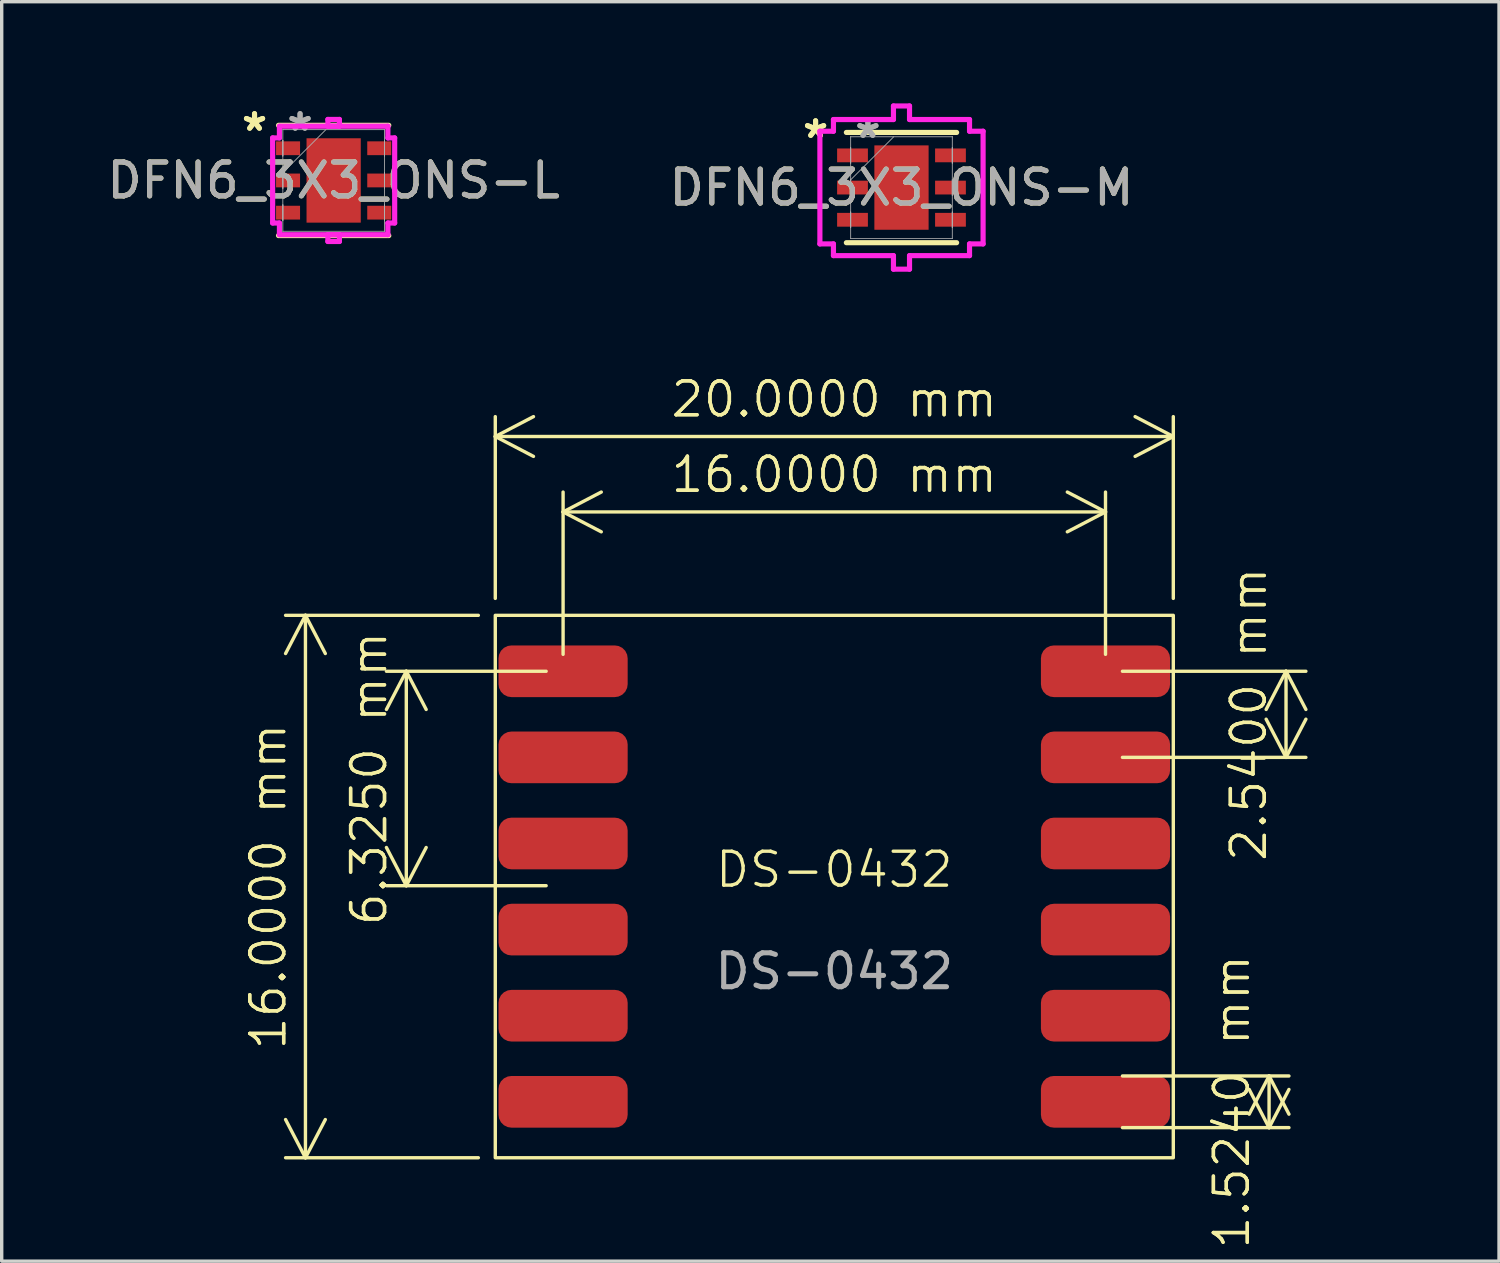
<source format=kicad_pcb>
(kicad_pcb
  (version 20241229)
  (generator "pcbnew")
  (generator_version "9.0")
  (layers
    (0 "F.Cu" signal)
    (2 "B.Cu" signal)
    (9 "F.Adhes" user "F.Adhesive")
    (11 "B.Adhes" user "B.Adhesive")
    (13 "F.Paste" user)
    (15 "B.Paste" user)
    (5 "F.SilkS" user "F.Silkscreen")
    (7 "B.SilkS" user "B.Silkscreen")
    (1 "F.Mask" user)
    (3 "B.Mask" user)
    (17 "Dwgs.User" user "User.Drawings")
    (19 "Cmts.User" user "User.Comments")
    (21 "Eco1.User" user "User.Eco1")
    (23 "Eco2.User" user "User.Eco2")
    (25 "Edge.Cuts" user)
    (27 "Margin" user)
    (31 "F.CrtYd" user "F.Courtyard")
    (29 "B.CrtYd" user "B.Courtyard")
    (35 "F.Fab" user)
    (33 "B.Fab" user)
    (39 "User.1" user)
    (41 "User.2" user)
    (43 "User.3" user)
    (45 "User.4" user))
  (footprint "DS-0432"
    (layer "F.Cu")
    (at 21.56 23.101)
    (property "Reference" "DS-0432" (at 0 -0.5 0) (unlocked yes) (layer "F.SilkS") (effects (font (size 1 1) (thickness 0.1))))
    (attr smd)
    (fp_rect (start -10 8) (end 10 -8) (stroke (width 0.1) (type default)) (fill no) (layer "F.SilkS"))
    (fp_text user "${REFERENCE}" (at 0 2.5 0) (unlocked yes) (layer "F.Fab") (effects (font (size 1 1) (thickness 0.15))))
    (dimension (type aligned) (layer "F.SilkS") (pts (xy 13.56 16.751) (xy 13.56 23.076)) (height 4.625) (format (prefix "") (suffix "") (units 3) (units_format 1) (precision 4)) (style (thickness 0.1) (arrow_length 1.27) (text_position_mode 0) (arrow_direction outward) (extension_height 0.586) (extension_offset 0.5) (keep_text_aligned yes)) (gr_text "6.3250 mm" (at 7.835 19.914 90) (layer "F.SilkS") (effects (font (size 1 1) (thickness 0.1)))))
    (dimension (type aligned) (layer "F.SilkS") (pts (xy 29.56 16.751) (xy 29.56 19.291)) (height -5.325) (format (prefix "") (suffix "") (units 3) (units_format 1) (precision 4)) (style (thickness 0.1) (arrow_length 1.27) (text_position_mode 0) (arrow_direction outward) (extension_height 0.586) (extension_offset 0.5) (keep_text_aligned yes)) (gr_text "2.5400 mm" (at 33.785 18.021 90) (layer "F.SilkS") (effects (font (size 1 1) (thickness 0.1)))))
    (dimension (type aligned) (layer "F.SilkS") (pts (xy 13.56 16.751) (xy 29.56 16.751)) (height -4.7) (format (prefix "") (suffix "") (units 3) (units_format 1) (precision 4)) (style (thickness 0.1) (arrow_length 1.27) (text_position_mode 0) (arrow_direction outward) (extension_height 0.586) (extension_offset 0.5) (keep_text_aligned yes)) (gr_text "16.0000 mm" (at 21.56 10.951 0) (layer "F.SilkS") (effects (font (size 1 1) (thickness 0.1)))))
    (dimension (type aligned) (layer "F.SilkS") (pts (xy 11.56 15.101) (xy 11.56 31.101)) (height 5.6) (format (prefix "") (suffix "") (units 3) (units_format 1) (precision 4)) (style (thickness 0.1) (arrow_length 1.27) (text_position_mode 0) (arrow_direction outward) (extension_height 0.586) (extension_offset 0.5) (keep_text_aligned yes)) (gr_text "16.0000 mm" (at 4.86 23.101 90) (layer "F.SilkS") (effects (font (size 1 1) (thickness 0.1)))))
    (dimension (type aligned) (layer "F.SilkS") (pts (xy 11.56 15.101) (xy 31.56 15.101)) (height -5.275) (format (prefix "") (suffix "") (units 3) (units_format 1) (precision 4)) (style (thickness 0.1) (arrow_length 1.27) (text_position_mode 0) (arrow_direction outward) (extension_height 0.586) (extension_offset 0.5) (keep_text_aligned yes)) (gr_text "20.0000 mm" (at 21.56 8.726 0) (layer "F.SilkS") (effects (font (size 1 1) (thickness 0.1)))))
    (dimension (type aligned) (layer "F.SilkS") (pts (xy 29.56 28.689) (xy 29.56 30.213)) (height -4.825) (format (prefix "") (suffix "") (units 3) (units_format 1) (precision 4)) (style (thickness 0.1) (arrow_length 1.27) (text_position_mode 0) (arrow_direction outward) (extension_height 0.586) (extension_offset 0.5) (keep_text_aligned yes)) (gr_text "1.5240 mm" (at 33.285 29.451 90) (layer "F.SilkS") (effects (font (size 1 1) (thickness 0.1)))))
    (pad "1" smd roundrect (at -8 -6.35) (size 3.81 1.524) (layers "F.Cu" "F.Mask" "F.Paste") (roundrect_rratio 0.25))
    (pad "2" smd roundrect (at -8 -3.81) (size 3.81 1.524) (layers "F.Cu" "F.Mask" "F.Paste") (roundrect_rratio 0.25))
    (pad "3" smd roundrect (at -8 -1.27) (size 3.81 1.524) (layers "F.Cu" "F.Mask" "F.Paste") (roundrect_rratio 0.25))
    (pad "4" smd roundrect (at -8 1.27) (size 3.81 1.524) (layers "F.Cu" "F.Mask" "F.Paste") (roundrect_rratio 0.25))
    (pad "5" smd roundrect (at -8 3.81) (size 3.81 1.524) (layers "F.Cu" "F.Mask" "F.Paste") (roundrect_rratio 0.25))
    (pad "6" smd roundrect (at -8 6.35) (size 3.81 1.524) (layers "F.Cu" "F.Mask" "F.Paste") (roundrect_rratio 0.25))
    (pad "7" smd roundrect (at 8 6.35) (size 3.81 1.524) (layers "F.Cu" "F.Mask" "F.Paste") (roundrect_rratio 0.25))
    (pad "8" smd roundrect (at 8 3.81) (size 3.81 1.524) (layers "F.Cu" "F.Mask" "F.Paste") (roundrect_rratio 0.25))
    (pad "9" smd roundrect (at 8 1.27) (size 3.81 1.524) (layers "F.Cu" "F.Mask" "F.Paste") (roundrect_rratio 0.25))
    (pad "10" smd roundrect (at 8 -1.27) (size 3.81 1.524) (layers "F.Cu" "F.Mask" "F.Paste") (roundrect_rratio 0.25))
    (pad "11" smd roundrect (at 8 -3.81) (size 3.81 1.524) (layers "F.Cu" "F.Mask" "F.Paste") (roundrect_rratio 0.25))
    (pad "12" smd roundrect (at 8 -6.35) (size 3.81 1.524) (layers "F.Cu" "F.Mask" "F.Paste") (roundrect_rratio 0.25)))
  (footprint "DFN6_3X3_ONS-L"
    (layer "F.Cu")
    (at 6.792 2.273)
    (property "Reference" "DFN6_3X3_ONS-L" (at 0 0 0) (unlocked yes) (layer "F.SilkS") (effects (font (size 1 1) (thickness 0.15))))
    (attr smd)
    (fp_line (start -1.626 1.626) (end 1.626 1.626) (stroke (width 0.152) (type solid)) (layer "F.SilkS"))
    (fp_line (start 1.626 -1.626) (end -1.626 -1.626) (stroke (width 0.152) (type solid)) (layer "F.SilkS"))
    (fp_line (start -1.8 -1.255) (end -1.6 -1.255) (stroke (width 0.152) (type solid)) (layer "F.CrtYd"))
    (fp_line (start -1.8 1.255) (end -1.8 -1.255) (stroke (width 0.152) (type solid)) (layer "F.CrtYd"))
    (fp_line (start -1.6 -1.6) (end 0.17 -1.6) (stroke (width 0.152) (type solid)) (layer "F.CrtYd"))
    (fp_line (start -1.6 -1.255) (end -1.6 -1.6) (stroke (width 0.152) (type solid)) (layer "F.CrtYd"))
    (fp_line (start -1.6 1.255) (end -1.8 1.255) (stroke (width 0.152) (type solid)) (layer "F.CrtYd"))
    (fp_line (start -1.6 1.6) (end -1.6 1.255) (stroke (width 0.152) (type solid)) (layer "F.CrtYd"))
    (fp_line (start -0.17 -1.8) (end -0.17 -1.6) (stroke (width 0.152) (type solid)) (layer "F.CrtYd"))
    (fp_line (start -0.17 -1.6) (end 1.6 -1.6) (stroke (width 0.152) (type solid)) (layer "F.CrtYd"))
    (fp_line (start -0.17 1.6) (end -0.17 1.8) (stroke (width 0.152) (type solid)) (layer "F.CrtYd"))
    (fp_line (start -0.17 1.8) (end 0.17 1.8) (stroke (width 0.152) (type solid)) (layer "F.CrtYd"))
    (fp_line (start 0.17 -1.8) (end -0.17 -1.8) (stroke (width 0.152) (type solid)) (layer "F.CrtYd"))
    (fp_line (start 0.17 -1.6) (end 0.17 -1.8) (stroke (width 0.152) (type solid)) (layer "F.CrtYd"))
    (fp_line (start 0.17 1.6) (end -1.6 1.6) (stroke (width 0.152) (type solid)) (layer "F.CrtYd"))
    (fp_line (start 0.17 1.8) (end 0.17 1.6) (stroke (width 0.152) (type solid)) (layer "F.CrtYd"))
    (fp_line (start 1.6 -1.6) (end 1.6 -1.255) (stroke (width 0.152) (type solid)) (layer "F.CrtYd"))
    (fp_line (start 1.6 -1.255) (end 1.8 -1.255) (stroke (width 0.152) (type solid)) (layer "F.CrtYd"))
    (fp_line (start 1.6 1.255) (end 1.6 1.6) (stroke (width 0.152) (type solid)) (layer "F.CrtYd"))
    (fp_line (start 1.6 1.6) (end -0.17 1.6) (stroke (width 0.152) (type solid)) (layer "F.CrtYd"))
    (fp_line (start 1.8 -1.255) (end 1.8 1.255) (stroke (width 0.152) (type solid)) (layer "F.CrtYd"))
    (fp_line (start 1.8 1.255) (end 1.6 1.255) (stroke (width 0.152) (type solid)) (layer "F.CrtYd"))
    (fp_line (start -1.499 -1.499) (end -1.499 -1.499) (stroke (width 0.025) (type solid)) (layer "F.Fab"))
    (fp_line (start -1.499 -1.499) (end -1.499 1.499) (stroke (width 0.025) (type solid)) (layer "F.Fab"))
    (fp_line (start -1.499 -1.179) (end -1.499 -1.179) (stroke (width 0.025) (type solid)) (layer "F.Fab"))
    (fp_line (start -1.499 -1.179) (end -1.499 -0.721) (stroke (width 0.025) (type solid)) (layer "F.Fab"))
    (fp_line (start -1.499 -0.721) (end -1.499 -1.179) (stroke (width 0.025) (type solid)) (layer "F.Fab"))
    (fp_line (start -1.499 -0.721) (end -1.499 -0.721) (stroke (width 0.025) (type solid)) (layer "F.Fab"))
    (fp_line (start -1.499 -0.229) (end -1.499 -0.229) (stroke (width 0.025) (type solid)) (layer "F.Fab"))
    (fp_line (start -1.499 -0.229) (end -1.499 0.229) (stroke (width 0.025) (type solid)) (layer "F.Fab"))
    (fp_line (start -1.499 -0.229) (end -0.229 -1.499) (stroke (width 0.025) (type solid)) (layer "F.Fab"))
    (fp_line (start -1.499 0.229) (end -1.499 -0.229) (stroke (width 0.025) (type solid)) (layer "F.Fab"))
    (fp_line (start -1.499 0.229) (end -1.499 0.229) (stroke (width 0.025) (type solid)) (layer "F.Fab"))
    (fp_line (start -1.499 0.721) (end -1.499 0.721) (stroke (width 0.025) (type solid)) (layer "F.Fab"))
    (fp_line (start -1.499 0.721) (end -1.499 1.179) (stroke (width 0.025) (type solid)) (layer "F.Fab"))
    (fp_line (start -1.499 1.179) (end -1.499 0.721) (stroke (width 0.025) (type solid)) (layer "F.Fab"))
    (fp_line (start -1.499 1.179) (end -1.499 1.179) (stroke (width 0.025) (type solid)) (layer "F.Fab"))
    (fp_line (start -1.499 1.499) (end -1.499 1.499) (stroke (width 0.025) (type solid)) (layer "F.Fab"))
    (fp_line (start -1.499 1.499) (end 1.499 1.499) (stroke (width 0.025) (type solid)) (layer "F.Fab"))
    (fp_line (start 1.499 -1.499) (end -1.499 -1.499) (stroke (width 0.025) (type solid)) (layer "F.Fab"))
    (fp_line (start 1.499 -1.499) (end 1.499 -1.499) (stroke (width 0.025) (type solid)) (layer "F.Fab"))
    (fp_line (start 1.499 -1.179) (end 1.499 -1.179) (stroke (width 0.025) (type solid)) (layer "F.Fab"))
    (fp_line (start 1.499 -1.179) (end 1.499 -0.721) (stroke (width 0.025) (type solid)) (layer "F.Fab"))
    (fp_line (start 1.499 -0.721) (end 1.499 -1.179) (stroke (width 0.025) (type solid)) (layer "F.Fab"))
    (fp_line (start 1.499 -0.721) (end 1.499 -0.721) (stroke (width 0.025) (type solid)) (layer "F.Fab"))
    (fp_line (start 1.499 -0.229) (end 1.499 -0.229) (stroke (width 0.025) (type solid)) (layer "F.Fab"))
    (fp_line (start 1.499 -0.229) (end 1.499 0.229) (stroke (width 0.025) (type solid)) (layer "F.Fab"))
    (fp_line (start 1.499 0.229) (end 1.499 -0.229) (stroke (width 0.025) (type solid)) (layer "F.Fab"))
    (fp_line (start 1.499 0.229) (end 1.499 0.229) (stroke (width 0.025) (type solid)) (layer "F.Fab"))
    (fp_line (start 1.499 0.721) (end 1.499 0.721) (stroke (width 0.025) (type solid)) (layer "F.Fab"))
    (fp_line (start 1.499 0.721) (end 1.499 1.179) (stroke (width 0.025) (type solid)) (layer "F.Fab"))
    (fp_line (start 1.499 1.179) (end 1.499 0.721) (stroke (width 0.025) (type solid)) (layer "F.Fab"))
    (fp_line (start 1.499 1.179) (end 1.499 1.179) (stroke (width 0.025) (type solid)) (layer "F.Fab"))
    (fp_line (start 1.499 1.499) (end 1.499 -1.499) (stroke (width 0.025) (type solid)) (layer "F.Fab"))
    (fp_line (start 1.499 1.499) (end 1.499 1.499) (stroke (width 0.025) (type solid)) (layer "F.Fab"))
    (fp_text user "*" (at -2.334 -1.425 0) (unlocked yes) (layer "F.SilkS") (effects (font (size 1 1) (thickness 0.15))))
    (fp_text user "*" (at -2.334 -1.425 0) (layer "F.SilkS") (effects (font (size 1 1) (thickness 0.15))))
    (fp_text user "${REFERENCE}" (at 0 0 0) (unlocked yes) (layer "F.Fab") (effects (font (size 1 1) (thickness 0.15))))
    (fp_text user "*" (at -0.991 -1.425 0) (unlocked yes) (layer "F.Fab") (effects (font (size 1 1) (thickness 0.15))))
    (fp_text user "*" (at -0.991 -1.425 0) (layer "F.Fab") (effects (font (size 1 1) (thickness 0.15))))
    (pad "1" smd rect (at -1.345 -0.95 90) (size 0.407 0.708) (layers "F.Cu" "F.Mask" "F.Paste"))
    (pad "2" smd rect (at -1.345 0 90) (size 0.407 0.708) (layers "F.Cu" "F.Mask" "F.Paste"))
    (pad "3" smd rect (at -1.345 0.95 90) (size 0.407 0.708) (layers "F.Cu" "F.Mask" "F.Paste"))
    (pad "4" smd rect (at 1.345 0.95 90) (size 0.407 0.708) (layers "F.Cu" "F.Mask" "F.Paste"))
    (pad "5" smd rect (at 1.345 0 90) (size 0.407 0.708) (layers "F.Cu" "F.Mask" "F.Paste"))
    (pad "6" smd rect (at 1.345 -0.95 90) (size 0.407 0.708) (layers "F.Cu" "F.Mask" "F.Paste"))
    (pad "7" smd rect (at 0 0) (size 1.6 2.489) (layers "F.Cu" "F.Mask" "F.Paste")))
  (footprint "DFN6_3X3_ONS-M"
    (layer "F.Cu")
    (at 23.542 2.483)
    (property "Reference" "DFN6_3X3_ONS-M" (at 0 0 0) (unlocked yes) (layer "F.SilkS") (effects (font (size 1 1) (thickness 0.15))))
    (attr smd)
    (fp_line (start -1.626 1.626) (end 1.626 1.626) (stroke (width 0.152) (type solid)) (layer "F.SilkS"))
    (fp_line (start 1.626 -1.626) (end -1.626 -1.626) (stroke (width 0.152) (type solid)) (layer "F.SilkS"))
    (fp_line (start -2.407 -1.662) (end -2.007 -1.662) (stroke (width 0.152) (type solid)) (layer "F.CrtYd"))
    (fp_line (start -2.407 1.662) (end -2.407 -1.662) (stroke (width 0.152) (type solid)) (layer "F.CrtYd"))
    (fp_line (start -2.007 -2.007) (end -0.237 -2.007) (stroke (width 0.152) (type solid)) (layer "F.CrtYd"))
    (fp_line (start -2.007 -1.662) (end -2.007 -2.007) (stroke (width 0.152) (type solid)) (layer "F.CrtYd"))
    (fp_line (start -2.007 1.662) (end -2.407 1.662) (stroke (width 0.152) (type solid)) (layer "F.CrtYd"))
    (fp_line (start -2.007 2.007) (end -2.007 1.662) (stroke (width 0.152) (type solid)) (layer "F.CrtYd"))
    (fp_line (start -0.237 -2.407) (end 0.237 -2.407) (stroke (width 0.152) (type solid)) (layer "F.CrtYd"))
    (fp_line (start -0.237 -2.007) (end -0.237 -2.407) (stroke (width 0.152) (type solid)) (layer "F.CrtYd"))
    (fp_line (start -0.237 2.007) (end -2.007 2.007) (stroke (width 0.152) (type solid)) (layer "F.CrtYd"))
    (fp_line (start -0.237 2.407) (end -0.237 2.007) (stroke (width 0.152) (type solid)) (layer "F.CrtYd"))
    (fp_line (start 0.237 -2.407) (end 0.237 -2.007) (stroke (width 0.152) (type solid)) (layer "F.CrtYd"))
    (fp_line (start 0.237 -2.007) (end 2.007 -2.007) (stroke (width 0.152) (type solid)) (layer "F.CrtYd"))
    (fp_line (start 0.237 2.007) (end 0.237 2.407) (stroke (width 0.152) (type solid)) (layer "F.CrtYd"))
    (fp_line (start 0.237 2.407) (end -0.237 2.407) (stroke (width 0.152) (type solid)) (layer "F.CrtYd"))
    (fp_line (start 2.007 -2.007) (end 2.007 -1.662) (stroke (width 0.152) (type solid)) (layer "F.CrtYd"))
    (fp_line (start 2.007 -1.662) (end 2.407 -1.662) (stroke (width 0.152) (type solid)) (layer "F.CrtYd"))
    (fp_line (start 2.007 1.662) (end 2.007 2.007) (stroke (width 0.152) (type solid)) (layer "F.CrtYd"))
    (fp_line (start 2.007 2.007) (end 0.237 2.007) (stroke (width 0.152) (type solid)) (layer "F.CrtYd"))
    (fp_line (start 2.407 -1.662) (end 2.407 1.662) (stroke (width 0.152) (type solid)) (layer "F.CrtYd"))
    (fp_line (start 2.407 1.662) (end 2.007 1.662) (stroke (width 0.152) (type solid)) (layer "F.CrtYd"))
    (fp_line (start -1.499 -1.499) (end -1.499 -1.499) (stroke (width 0.025) (type solid)) (layer "F.Fab"))
    (fp_line (start -1.499 -1.499) (end -1.499 1.499) (stroke (width 0.025) (type solid)) (layer "F.Fab"))
    (fp_line (start -1.499 -1.179) (end -1.499 -1.179) (stroke (width 0.025) (type solid)) (layer "F.Fab"))
    (fp_line (start -1.499 -1.179) (end -1.499 -0.721) (stroke (width 0.025) (type solid)) (layer "F.Fab"))
    (fp_line (start -1.499 -0.721) (end -1.499 -1.179) (stroke (width 0.025) (type solid)) (layer "F.Fab"))
    (fp_line (start -1.499 -0.721) (end -1.499 -0.721) (stroke (width 0.025) (type solid)) (layer "F.Fab"))
    (fp_line (start -1.499 -0.229) (end -1.499 -0.229) (stroke (width 0.025) (type solid)) (layer "F.Fab"))
    (fp_line (start -1.499 -0.229) (end -1.499 0.229) (stroke (width 0.025) (type solid)) (layer "F.Fab"))
    (fp_line (start -1.499 -0.229) (end -0.229 -1.499) (stroke (width 0.025) (type solid)) (layer "F.Fab"))
    (fp_line (start -1.499 0.229) (end -1.499 -0.229) (stroke (width 0.025) (type solid)) (layer "F.Fab"))
    (fp_line (start -1.499 0.229) (end -1.499 0.229) (stroke (width 0.025) (type solid)) (layer "F.Fab"))
    (fp_line (start -1.499 0.721) (end -1.499 0.721) (stroke (width 0.025) (type solid)) (layer "F.Fab"))
    (fp_line (start -1.499 0.721) (end -1.499 1.179) (stroke (width 0.025) (type solid)) (layer "F.Fab"))
    (fp_line (start -1.499 1.179) (end -1.499 0.721) (stroke (width 0.025) (type solid)) (layer "F.Fab"))
    (fp_line (start -1.499 1.179) (end -1.499 1.179) (stroke (width 0.025) (type solid)) (layer "F.Fab"))
    (fp_line (start -1.499 1.499) (end -1.499 1.499) (stroke (width 0.025) (type solid)) (layer "F.Fab"))
    (fp_line (start -1.499 1.499) (end 1.499 1.499) (stroke (width 0.025) (type solid)) (layer "F.Fab"))
    (fp_line (start 1.499 -1.499) (end -1.499 -1.499) (stroke (width 0.025) (type solid)) (layer "F.Fab"))
    (fp_line (start 1.499 -1.499) (end 1.499 -1.499) (stroke (width 0.025) (type solid)) (layer "F.Fab"))
    (fp_line (start 1.499 -1.179) (end 1.499 -1.179) (stroke (width 0.025) (type solid)) (layer "F.Fab"))
    (fp_line (start 1.499 -1.179) (end 1.499 -0.721) (stroke (width 0.025) (type solid)) (layer "F.Fab"))
    (fp_line (start 1.499 -0.721) (end 1.499 -1.179) (stroke (width 0.025) (type solid)) (layer "F.Fab"))
    (fp_line (start 1.499 -0.721) (end 1.499 -0.721) (stroke (width 0.025) (type solid)) (layer "F.Fab"))
    (fp_line (start 1.499 -0.229) (end 1.499 -0.229) (stroke (width 0.025) (type solid)) (layer "F.Fab"))
    (fp_line (start 1.499 -0.229) (end 1.499 0.229) (stroke (width 0.025) (type solid)) (layer "F.Fab"))
    (fp_line (start 1.499 0.229) (end 1.499 -0.229) (stroke (width 0.025) (type solid)) (layer "F.Fab"))
    (fp_line (start 1.499 0.229) (end 1.499 0.229) (stroke (width 0.025) (type solid)) (layer "F.Fab"))
    (fp_line (start 1.499 0.721) (end 1.499 0.721) (stroke (width 0.025) (type solid)) (layer "F.Fab"))
    (fp_line (start 1.499 0.721) (end 1.499 1.179) (stroke (width 0.025) (type solid)) (layer "F.Fab"))
    (fp_line (start 1.499 1.179) (end 1.499 0.721) (stroke (width 0.025) (type solid)) (layer "F.Fab"))
    (fp_line (start 1.499 1.179) (end 1.499 1.179) (stroke (width 0.025) (type solid)) (layer "F.Fab"))
    (fp_line (start 1.499 1.499) (end 1.499 -1.499) (stroke (width 0.025) (type solid)) (layer "F.Fab"))
    (fp_line (start 1.499 1.499) (end 1.499 1.499) (stroke (width 0.025) (type solid)) (layer "F.Fab"))
    (fp_text user "*" (at -2.534 -1.425 0) (layer "F.SilkS") (effects (font (size 1 1) (thickness 0.15))))
    (fp_text user "*" (at -2.534 -1.425 0) (unlocked yes) (layer "F.SilkS") (effects (font (size 1 1) (thickness 0.15))))
    (fp_text user "*" (at -0.991 -1.425 0) (layer "F.Fab") (effects (font (size 1 1) (thickness 0.15))))
    (fp_text user "${REFERENCE}" (at 0 0 0) (unlocked yes) (layer "F.Fab") (effects (font (size 1 1) (thickness 0.15))))
    (fp_text user "*" (at -0.991 -1.425 0) (unlocked yes) (layer "F.Fab") (effects (font (size 1 1) (thickness 0.15))))
    (pad "1" smd rect (at -1.445 -0.95 90) (size 0.407 0.908) (layers "F.Cu" "F.Mask" "F.Paste"))
    (pad "2" smd rect (at -1.445 0 90) (size 0.407 0.908) (layers "F.Cu" "F.Mask" "F.Paste"))
    (pad "3" smd rect (at -1.445 0.95 90) (size 0.407 0.908) (layers "F.Cu" "F.Mask" "F.Paste"))
    (pad "4" smd rect (at 1.445 0.95 90) (size 0.407 0.908) (layers "F.Cu" "F.Mask" "F.Paste"))
    (pad "5" smd rect (at 1.445 0 90) (size 0.407 0.908) (layers "F.Cu" "F.Mask" "F.Paste"))
    (pad "6" smd rect (at 1.445 -0.95 90) (size 0.407 0.908) (layers "F.Cu" "F.Mask" "F.Paste"))
    (pad "7" smd rect (at 0 0) (size 1.6 2.489) (layers "F.Cu" "F.Mask" "F.Paste")))
  (gr_rect
    (start -3 -3)
    (end 41.168 34.151)
    (stroke (width 0.1) (type default))
    (fill no)
    (layer "Edge.Cuts")))
</source>
